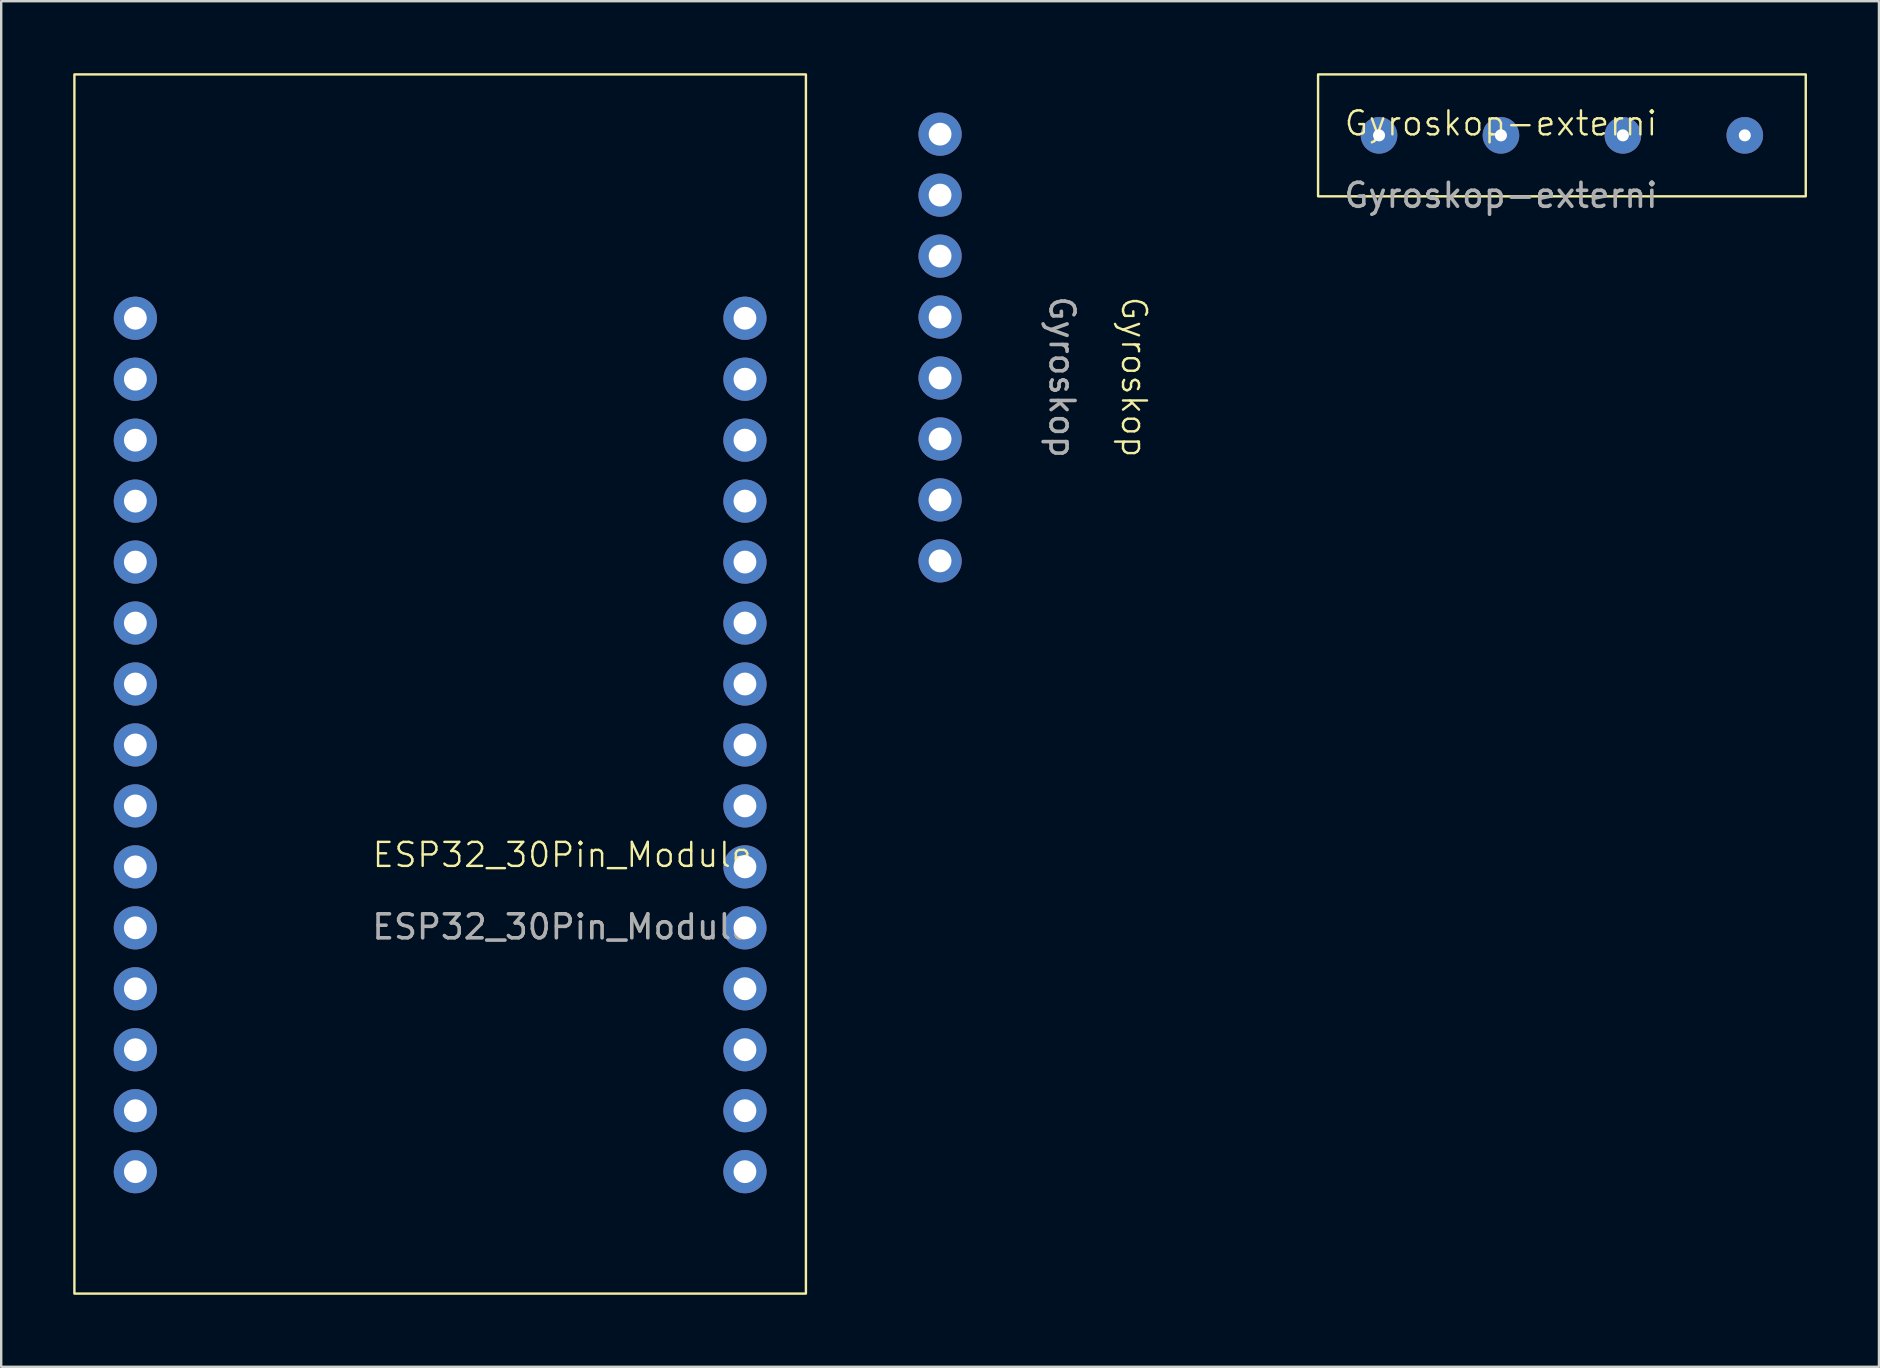
<source format=kicad_pcb>
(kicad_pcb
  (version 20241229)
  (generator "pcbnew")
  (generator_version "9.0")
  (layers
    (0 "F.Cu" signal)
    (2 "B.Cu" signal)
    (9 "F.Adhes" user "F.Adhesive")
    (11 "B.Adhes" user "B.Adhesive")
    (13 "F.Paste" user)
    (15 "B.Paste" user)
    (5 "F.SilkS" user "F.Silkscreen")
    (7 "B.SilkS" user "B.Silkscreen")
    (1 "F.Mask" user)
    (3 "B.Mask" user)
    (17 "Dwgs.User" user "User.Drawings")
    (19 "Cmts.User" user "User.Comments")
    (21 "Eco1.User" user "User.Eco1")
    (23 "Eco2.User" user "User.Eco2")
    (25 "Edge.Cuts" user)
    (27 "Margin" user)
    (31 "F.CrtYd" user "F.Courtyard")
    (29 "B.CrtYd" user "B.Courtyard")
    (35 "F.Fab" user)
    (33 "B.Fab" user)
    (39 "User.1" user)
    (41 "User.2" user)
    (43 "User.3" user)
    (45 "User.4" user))
  (footprint "Gyroskop"
    (layer "F.Cu")
    (at 41.2 10.16)
    (property "Reference" "Gyroskop" (at 3 2.5 270) (unlocked yes) (layer "F.SilkS") (effects (font (size 1 1) (thickness 0.1))))
    (attr through_hole)
    (fp_text user "${REFERENCE}" (at 0 2.5 270) (unlocked yes) (layer "F.Fab") (effects (font (size 1 1) (thickness 0.15))))
    (pad "1" thru_hole circle (at -5.08 -7.62 270) (size 1.8 1.8) (drill 0.95) (layers "*.Cu" "*.Mask"))
    (pad "2" thru_hole circle (at -5.08 -5.08 270) (size 1.8 1.8) (drill 0.95) (layers "*.Cu" "*.Mask"))
    (pad "3" thru_hole circle (at -5.08 -2.54 270) (size 1.8 1.8) (drill 0.95) (layers "*.Cu" "*.Mask"))
    (pad "4" thru_hole circle (at -5.08 0 270) (size 1.8 1.8) (drill 0.95) (layers "*.Cu" "*.Mask"))
    (pad "5" thru_hole circle (at -5.08 2.54 270) (size 1.8 1.8) (drill 0.95) (layers "*.Cu" "*.Mask"))
    (pad "6" thru_hole circle (at -5.08 5.08 270) (size 1.8 1.8) (drill 0.95) (layers "*.Cu" "*.Mask"))
    (pad "7" thru_hole circle (at -5.08 7.62 270) (size 1.8 1.8) (drill 0.95) (layers "*.Cu" "*.Mask"))
    (pad "8" thru_hole circle (at -5.08 10.16 270) (size 1.8 1.8) (drill 0.95) (layers "*.Cu" "*.Mask"))
    (zone (net_name "") (layer "F.SilkS") (hatch edge 0.5) (connect_pads) (min_thickness 0.25) (filled_areas_thickness no) (keepout (tracks not_allowed) (vias not_allowed) (pads not_allowed) (copperpour allowed) (footprints allowed)) (placement (enabled no)) (fill) (polygon (pts (xy 33.58 22.86) (xy 33.58 0) (xy 48.82 0) (xy 48.82 22.86)))))
  (footprint "ESP32_30Pin_Module"
    (layer "F.Cu")
    (at 20.37 33.07)
    (property "Reference" "ESP32_30Pin_Module" (at 0 -0.5 0) (unlocked yes) (layer "F.SilkS") (effects (font (size 1 1) (thickness 0.1))))
    (attr through_hole)
    (fp_rect (start -20.32 -33.02) (end 10.16 17.78) (stroke (width 0.1) (type default)) (fill no) (layer "F.SilkS"))
    (fp_text user "${REFERENCE}" (at 0 2.5 0) (unlocked yes) (layer "F.Fab") (effects (font (size 1 1) (thickness 0.15))))
    (pad "1" thru_hole circle (at -17.78 -22.86) (size 1.8 1.8) (drill 0.95) (layers "*.Cu" "*.Mask"))
    (pad "2" thru_hole circle (at -17.78 -20.32) (size 1.8 1.8) (drill 0.95) (layers "*.Cu" "*.Mask"))
    (pad "3" thru_hole circle (at -17.78 -17.78) (size 1.8 1.8) (drill 0.95) (layers "*.Cu" "*.Mask"))
    (pad "4" thru_hole circle (at -17.78 -15.24) (size 1.8 1.8) (drill 0.95) (layers "*.Cu" "*.Mask"))
    (pad "5" thru_hole circle (at -17.78 -12.7) (size 1.8 1.8) (drill 0.95) (layers "*.Cu" "*.Mask"))
    (pad "6" thru_hole circle (at -17.78 -10.16) (size 1.8 1.8) (drill 0.95) (layers "*.Cu" "*.Mask"))
    (pad "7" thru_hole circle (at -17.78 -7.62) (size 1.8 1.8) (drill 0.95) (layers "*.Cu" "*.Mask"))
    (pad "8" thru_hole circle (at -17.78 -5.08) (size 1.8 1.8) (drill 0.95) (layers "*.Cu" "*.Mask"))
    (pad "9" thru_hole circle (at -17.78 -2.54) (size 1.8 1.8) (drill 0.95) (layers "*.Cu" "*.Mask"))
    (pad "10" thru_hole circle (at -17.78 0) (size 1.8 1.8) (drill 0.95) (layers "*.Cu" "*.Mask"))
    (pad "11" thru_hole circle (at -17.78 2.54) (size 1.8 1.8) (drill 0.95) (layers "*.Cu" "*.Mask"))
    (pad "12" thru_hole circle (at -17.78 5.08) (size 1.8 1.8) (drill 0.95) (layers "*.Cu" "*.Mask"))
    (pad "13" thru_hole circle (at -17.78 7.62) (size 1.8 1.8) (drill 0.95) (layers "*.Cu" "*.Mask"))
    (pad "14" thru_hole circle (at -17.78 10.16) (size 1.8 1.8) (drill 0.95) (layers "*.Cu" "*.Mask"))
    (pad "15" thru_hole circle (at -17.78 12.7) (size 1.8 1.8) (drill 0.95) (layers "*.Cu" "*.Mask"))
    (pad "16" thru_hole circle (at 7.62 -22.86) (size 1.8 1.8) (drill 0.95) (layers "*.Cu" "*.Mask"))
    (pad "17" thru_hole circle (at 7.62 -20.32) (size 1.8 1.8) (drill 0.95) (layers "*.Cu" "*.Mask"))
    (pad "18" thru_hole circle (at 7.62 -17.78) (size 1.8 1.8) (drill 0.95) (layers "*.Cu" "*.Mask"))
    (pad "19" thru_hole circle (at 7.62 -15.24) (size 1.8 1.8) (drill 0.95) (layers "*.Cu" "*.Mask"))
    (pad "20" thru_hole circle (at 7.62 -12.7) (size 1.8 1.8) (drill 0.95) (layers "*.Cu" "*.Mask"))
    (pad "21" thru_hole circle (at 7.62 -10.16) (size 1.8 1.8) (drill 0.95) (layers "*.Cu" "*.Mask"))
    (pad "22" thru_hole circle (at 7.62 -7.62) (size 1.8 1.8) (drill 0.95) (layers "*.Cu" "*.Mask"))
    (pad "23" thru_hole circle (at 7.62 -5.08) (size 1.8 1.8) (drill 0.95) (layers "*.Cu" "*.Mask"))
    (pad "24" thru_hole circle (at 7.62 -2.54) (size 1.8 1.8) (drill 0.95) (layers "*.Cu" "*.Mask"))
    (pad "25" thru_hole circle (at 7.62 0) (size 1.8 1.8) (drill 0.95) (layers "*.Cu" "*.Mask"))
    (pad "26" thru_hole circle (at 7.62 2.54) (size 1.8 1.8) (drill 0.95) (layers "*.Cu" "*.Mask"))
    (pad "27" thru_hole circle (at 7.62 5.08) (size 1.8 1.8) (drill 0.95) (layers "*.Cu" "*.Mask"))
    (pad "28" thru_hole circle (at 7.62 7.62) (size 1.8 1.8) (drill 0.95) (layers "*.Cu" "*.Mask"))
    (pad "29" thru_hole circle (at 7.62 10.16) (size 1.8 1.8) (drill 0.95) (layers "*.Cu" "*.Mask"))
    (pad "30" thru_hole circle (at 7.62 12.7) (size 1.8 1.8) (drill 0.95) (layers "*.Cu" "*.Mask"))
    (zone (net_name "") (layer "F.SilkS") (hatch edge 0.5) (connect_pads) (min_thickness 0.25) (filled_areas_thickness no) (keepout (tracks not_allowed) (vias not_allowed) (pads not_allowed) (copperpour allowed) (footprints allowed)) (placement (enabled no)) (fill) (polygon (pts (xy 0.05 50.85) (xy 30.53 50.85) (xy 30.53 0.05) (xy 0.05 0.05))))
    (zone (net_name "") (layer "F.SilkS") (hatch edge 0.5) (connect_pads) (min_thickness 0.25) (filled_areas_thickness no) (keepout (tracks not_allowed) (vias not_allowed) (pads not_allowed) (copperpour allowed) (footprints allowed)) (placement (enabled no)) (fill) (polygon (pts (xy 10.21 45.77) (xy 10.21 50.85) (xy 22.91 50.85) (xy 22.91 45.77))))
    (zone (net_name "") (layer "F.SilkS") (hatch edge 0.5) (connect_pads) (min_thickness 0.25) (filled_areas_thickness no) (keepout (tracks not_allowed) (vias not_allowed) (pads not_allowed) (copperpour allowed) (footprints allowed)) (placement (enabled no)) (fill) (polygon (pts (xy 12.75 0.05) (xy 12.75 2.59) (xy 20.37 2.59) (xy 20.37 0.05)))))
  (footprint "Gyroskop-externi"
    (layer "F.Cu")
    (at 59.49 2.59)
    (property "Reference" "Gyroskop-externi" (at 0 -0.5 0) (unlocked yes) (layer "F.SilkS") (effects (font (size 1 1) (thickness 0.1))))
    (attr through_hole)
    (fp_rect (start -7.62 -2.54) (end 12.7 2.54) (stroke (width 0.1) (type default)) (fill no) (layer "F.SilkS"))
    (fp_text user "${REFERENCE}" (at 0 2.5 0) (unlocked yes) (layer "F.Fab") (effects (font (size 1 1) (thickness 0.15))))
    (pad "1" thru_hole circle (at -5.08 0) (size 1.524 1.524) (drill 0.5) (layers "*.Cu" "*.Mask"))
    (pad "2" thru_hole circle (at 0 0) (size 1.524 1.524) (drill 0.5) (layers "*.Cu" "*.Mask"))
    (pad "3" thru_hole circle (at 5.08 0) (size 1.524 1.524) (drill 0.5) (layers "*.Cu" "*.Mask"))
    (pad "4" thru_hole circle (at 10.16 0) (size 1.524 1.524) (drill 0.5) (layers "*.Cu" "*.Mask"))
    (zone (net_name "") (layer "F.SilkS") (hatch edge 0.5) (connect_pads) (min_thickness 0.25) (filled_areas_thickness no) (keepout (tracks not_allowed) (vias not_allowed) (pads not_allowed) (copperpour allowed) (footprints allowed)) (placement (enabled no)) (fill) (polygon (pts (xy 51.87 0.05) (xy 51.87 5.13) (xy 72.19 5.13) (xy 72.19 0.05)))))
  (gr_rect
    (start -3 -3)
    (end 75.24 53.9)
    (stroke (width 0.1) (type default))
    (fill no)
    (layer "Edge.Cuts")))
</source>
